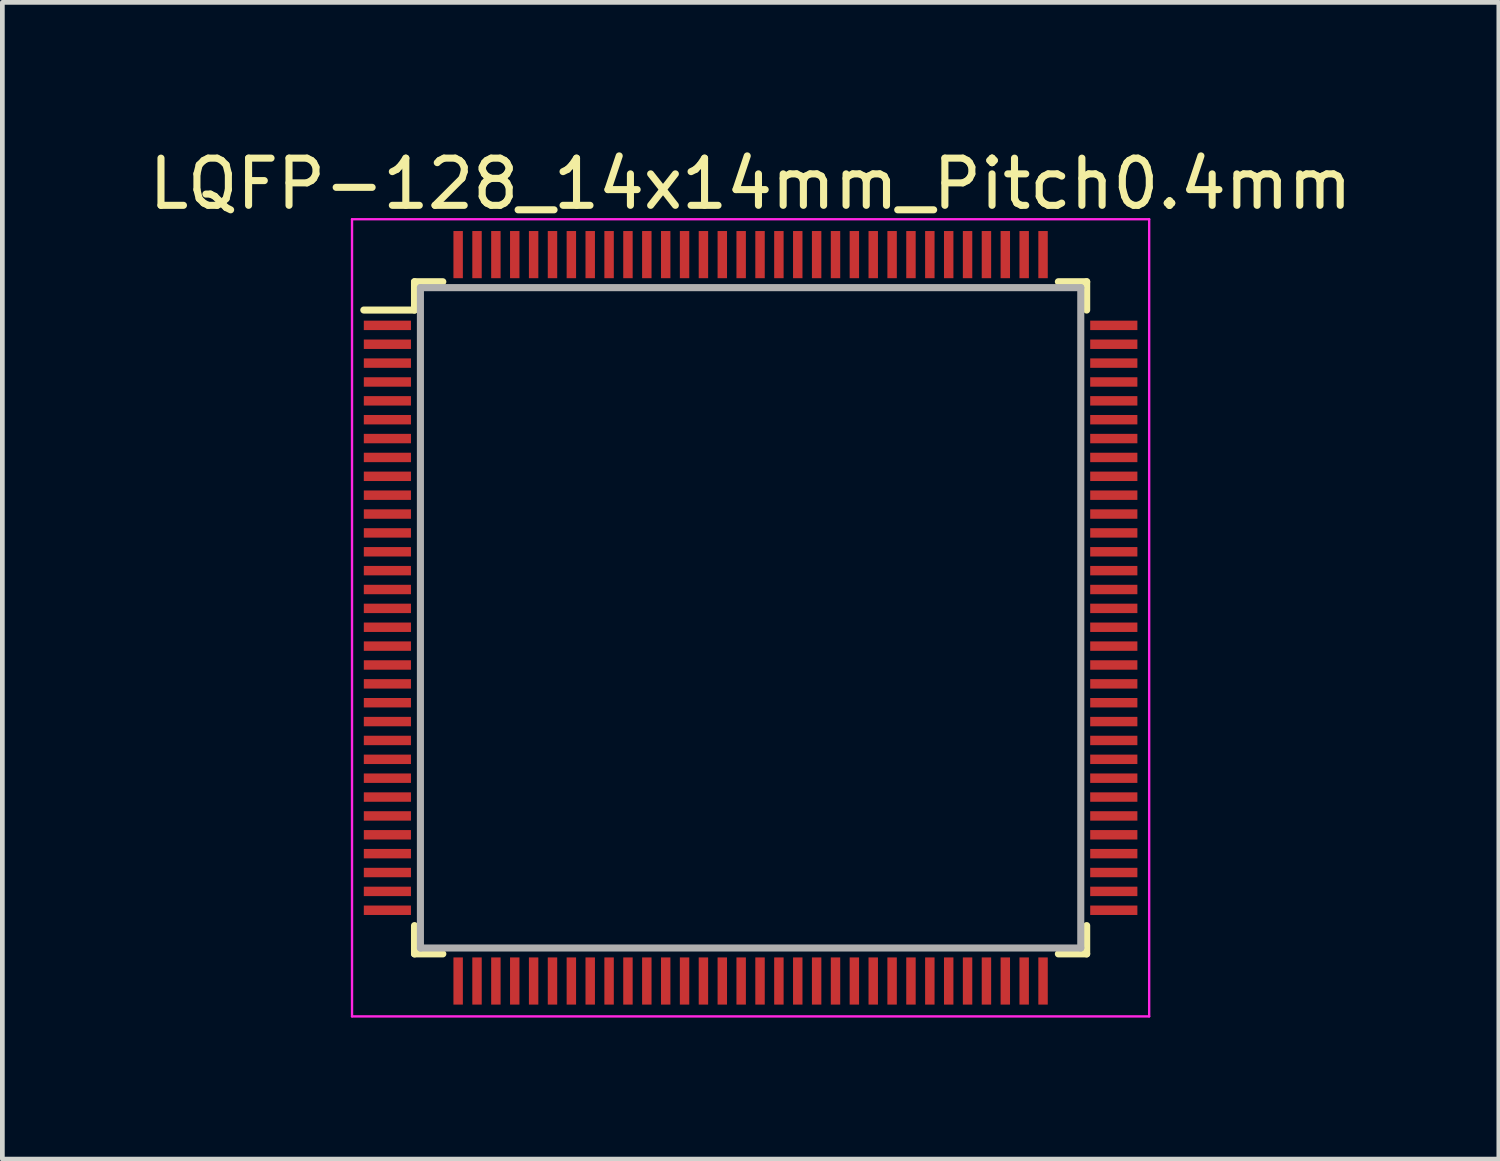
<source format=kicad_pcb>
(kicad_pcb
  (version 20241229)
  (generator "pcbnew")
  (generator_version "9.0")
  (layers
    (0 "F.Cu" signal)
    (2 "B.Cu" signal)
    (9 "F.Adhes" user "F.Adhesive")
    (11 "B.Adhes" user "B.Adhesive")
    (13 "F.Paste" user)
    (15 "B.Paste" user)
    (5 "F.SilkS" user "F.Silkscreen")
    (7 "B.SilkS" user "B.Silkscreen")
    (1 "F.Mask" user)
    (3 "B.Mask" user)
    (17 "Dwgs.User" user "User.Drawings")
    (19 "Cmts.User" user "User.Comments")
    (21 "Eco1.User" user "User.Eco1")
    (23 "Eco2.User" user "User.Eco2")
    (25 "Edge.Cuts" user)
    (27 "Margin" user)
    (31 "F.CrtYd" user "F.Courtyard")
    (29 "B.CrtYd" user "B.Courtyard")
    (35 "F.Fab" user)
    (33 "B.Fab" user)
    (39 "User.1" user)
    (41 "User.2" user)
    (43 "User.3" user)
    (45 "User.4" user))
  (footprint "LQFP-128_14x14mm_Pitch0.4mm"
    (layer "F.Cu")
    (at 12.863 10.048)
    (property "Reference" "LQFP-128_14x14mm_Pitch0.4mm" (at 0 -9.2 0) (layer "F.SilkS") (effects (font (size 1 1) (thickness 0.15))))
    (attr smd)
    (fp_line (start -7.125 -7.125) (end -7.125 -6.525) (stroke (width 0.15) (type solid)) (layer "F.SilkS"))
    (fp_line (start -7.125 -7.125) (end -6.525 -7.125) (stroke (width 0.15) (type solid)) (layer "F.SilkS"))
    (fp_line (start -7.125 -6.525) (end -8.2 -6.525) (stroke (width 0.15) (type solid)) (layer "F.SilkS"))
    (fp_line (start -7.125 7.125) (end -7.125 6.525) (stroke (width 0.15) (type solid)) (layer "F.SilkS"))
    (fp_line (start -7.125 7.125) (end -6.525 7.125) (stroke (width 0.15) (type solid)) (layer "F.SilkS"))
    (fp_line (start 7.125 -7.125) (end 6.525 -7.125) (stroke (width 0.15) (type solid)) (layer "F.SilkS"))
    (fp_line (start 7.125 -7.125) (end 7.125 -6.525) (stroke (width 0.15) (type solid)) (layer "F.SilkS"))
    (fp_line (start 7.125 7.125) (end 6.525 7.125) (stroke (width 0.15) (type solid)) (layer "F.SilkS"))
    (fp_line (start 7.125 7.125) (end 7.125 6.525) (stroke (width 0.15) (type solid)) (layer "F.SilkS"))
    (fp_line (start -8.45 -8.45) (end -8.45 8.45) (stroke (width 0.05) (type solid)) (layer "F.CrtYd"))
    (fp_line (start -8.45 -8.45) (end 8.45 -8.45) (stroke (width 0.05) (type solid)) (layer "F.CrtYd"))
    (fp_line (start -8.45 8.45) (end 8.45 8.45) (stroke (width 0.05) (type solid)) (layer "F.CrtYd"))
    (fp_line (start 8.45 -8.45) (end 8.45 8.45) (stroke (width 0.05) (type solid)) (layer "F.CrtYd"))
    (fp_line (start -7 -7) (end -7 7) (stroke (width 0.15) (type solid)) (layer "F.Fab"))
    (fp_line (start -7 7) (end 7 7) (stroke (width 0.15) (type solid)) (layer "F.Fab"))
    (fp_line (start 7 -7) (end -7 -7) (stroke (width 0.15) (type solid)) (layer "F.Fab"))
    (fp_line (start 7 7) (end 7 -7) (stroke (width 0.15) (type solid)) (layer "F.Fab"))
    (pad "1" smd rect (at -7.7 -6.2) (size 1 0.2) (layers "F.Cu" "F.Mask" "F.Paste"))
    (pad "2" smd rect (at -7.7 -5.8) (size 1 0.2) (layers "F.Cu" "F.Mask" "F.Paste"))
    (pad "3" smd rect (at -7.7 -5.4) (size 1 0.2) (layers "F.Cu" "F.Mask" "F.Paste"))
    (pad "4" smd rect (at -7.7 -5) (size 1 0.2) (layers "F.Cu" "F.Mask" "F.Paste"))
    (pad "5" smd rect (at -7.7 -4.6) (size 1 0.2) (layers "F.Cu" "F.Mask" "F.Paste"))
    (pad "6" smd rect (at -7.7 -4.2) (size 1 0.2) (layers "F.Cu" "F.Mask" "F.Paste"))
    (pad "7" smd rect (at -7.7 -3.8) (size 1 0.2) (layers "F.Cu" "F.Mask" "F.Paste"))
    (pad "8" smd rect (at -7.7 -3.4) (size 1 0.2) (layers "F.Cu" "F.Mask" "F.Paste"))
    (pad "9" smd rect (at -7.7 -3) (size 1 0.2) (layers "F.Cu" "F.Mask" "F.Paste"))
    (pad "10" smd rect (at -7.7 -2.6) (size 1 0.2) (layers "F.Cu" "F.Mask" "F.Paste"))
    (pad "11" smd rect (at -7.7 -2.2) (size 1 0.2) (layers "F.Cu" "F.Mask" "F.Paste"))
    (pad "12" smd rect (at -7.7 -1.8) (size 1 0.2) (layers "F.Cu" "F.Mask" "F.Paste"))
    (pad "13" smd rect (at -7.7 -1.4) (size 1 0.2) (layers "F.Cu" "F.Mask" "F.Paste"))
    (pad "14" smd rect (at -7.7 -1) (size 1 0.2) (layers "F.Cu" "F.Mask" "F.Paste"))
    (pad "15" smd rect (at -7.7 -0.6) (size 1 0.2) (layers "F.Cu" "F.Mask" "F.Paste"))
    (pad "16" smd rect (at -7.7 -0.2) (size 1 0.2) (layers "F.Cu" "F.Mask" "F.Paste"))
    (pad "17" smd rect (at -7.7 0.2) (size 1 0.2) (layers "F.Cu" "F.Mask" "F.Paste"))
    (pad "18" smd rect (at -7.7 0.6) (size 1 0.2) (layers "F.Cu" "F.Mask" "F.Paste"))
    (pad "19" smd rect (at -7.7 1) (size 1 0.2) (layers "F.Cu" "F.Mask" "F.Paste"))
    (pad "20" smd rect (at -7.7 1.4) (size 1 0.2) (layers "F.Cu" "F.Mask" "F.Paste"))
    (pad "21" smd rect (at -7.7 1.8) (size 1 0.2) (layers "F.Cu" "F.Mask" "F.Paste"))
    (pad "22" smd rect (at -7.7 2.2) (size 1 0.2) (layers "F.Cu" "F.Mask" "F.Paste"))
    (pad "23" smd rect (at -7.7 2.6) (size 1 0.2) (layers "F.Cu" "F.Mask" "F.Paste"))
    (pad "24" smd rect (at -7.7 3) (size 1 0.2) (layers "F.Cu" "F.Mask" "F.Paste"))
    (pad "25" smd rect (at -7.7 3.4) (size 1 0.2) (layers "F.Cu" "F.Mask" "F.Paste"))
    (pad "26" smd rect (at -7.7 3.8) (size 1 0.2) (layers "F.Cu" "F.Mask" "F.Paste"))
    (pad "27" smd rect (at -7.7 4.2) (size 1 0.2) (layers "F.Cu" "F.Mask" "F.Paste"))
    (pad "28" smd rect (at -7.7 4.6) (size 1 0.2) (layers "F.Cu" "F.Mask" "F.Paste"))
    (pad "29" smd rect (at -7.7 5) (size 1 0.2) (layers "F.Cu" "F.Mask" "F.Paste"))
    (pad "30" smd rect (at -7.7 5.4) (size 1 0.2) (layers "F.Cu" "F.Mask" "F.Paste"))
    (pad "31" smd rect (at -7.7 5.8) (size 1 0.2) (layers "F.Cu" "F.Mask" "F.Paste"))
    (pad "32" smd rect (at -7.7 6.2) (size 1 0.2) (layers "F.Cu" "F.Mask" "F.Paste"))
    (pad "33" smd rect (at -6.2 7.7 90) (size 1 0.2) (layers "F.Cu" "F.Mask" "F.Paste"))
    (pad "34" smd rect (at -5.8 7.7 90) (size 1 0.2) (layers "F.Cu" "F.Mask" "F.Paste"))
    (pad "35" smd rect (at -5.4 7.7 90) (size 1 0.2) (layers "F.Cu" "F.Mask" "F.Paste"))
    (pad "36" smd rect (at -5 7.7 90) (size 1 0.2) (layers "F.Cu" "F.Mask" "F.Paste"))
    (pad "37" smd rect (at -4.6 7.7 90) (size 1 0.2) (layers "F.Cu" "F.Mask" "F.Paste"))
    (pad "38" smd rect (at -4.2 7.7 90) (size 1 0.2) (layers "F.Cu" "F.Mask" "F.Paste"))
    (pad "39" smd rect (at -3.8 7.7 90) (size 1 0.2) (layers "F.Cu" "F.Mask" "F.Paste"))
    (pad "40" smd rect (at -3.4 7.7 90) (size 1 0.2) (layers "F.Cu" "F.Mask" "F.Paste"))
    (pad "41" smd rect (at -3 7.7 90) (size 1 0.2) (layers "F.Cu" "F.Mask" "F.Paste"))
    (pad "42" smd rect (at -2.6 7.7 90) (size 1 0.2) (layers "F.Cu" "F.Mask" "F.Paste"))
    (pad "43" smd rect (at -2.2 7.7 90) (size 1 0.2) (layers "F.Cu" "F.Mask" "F.Paste"))
    (pad "44" smd rect (at -1.8 7.7 90) (size 1 0.2) (layers "F.Cu" "F.Mask" "F.Paste"))
    (pad "45" smd rect (at -1.4 7.7 90) (size 1 0.2) (layers "F.Cu" "F.Mask" "F.Paste"))
    (pad "46" smd rect (at -1 7.7 90) (size 1 0.2) (layers "F.Cu" "F.Mask" "F.Paste"))
    (pad "47" smd rect (at -0.6 7.7 90) (size 1 0.2) (layers "F.Cu" "F.Mask" "F.Paste"))
    (pad "48" smd rect (at -0.2 7.7 90) (size 1 0.2) (layers "F.Cu" "F.Mask" "F.Paste"))
    (pad "49" smd rect (at 0.2 7.7 90) (size 1 0.2) (layers "F.Cu" "F.Mask" "F.Paste"))
    (pad "50" smd rect (at 0.6 7.7 90) (size 1 0.2) (layers "F.Cu" "F.Mask" "F.Paste"))
    (pad "51" smd rect (at 1 7.7 90) (size 1 0.2) (layers "F.Cu" "F.Mask" "F.Paste"))
    (pad "52" smd rect (at 1.4 7.7 90) (size 1 0.2) (layers "F.Cu" "F.Mask" "F.Paste"))
    (pad "53" smd rect (at 1.8 7.7 90) (size 1 0.2) (layers "F.Cu" "F.Mask" "F.Paste"))
    (pad "54" smd rect (at 2.2 7.7 90) (size 1 0.2) (layers "F.Cu" "F.Mask" "F.Paste"))
    (pad "55" smd rect (at 2.6 7.7 90) (size 1 0.2) (layers "F.Cu" "F.Mask" "F.Paste"))
    (pad "56" smd rect (at 3 7.7 90) (size 1 0.2) (layers "F.Cu" "F.Mask" "F.Paste"))
    (pad "57" smd rect (at 3.4 7.7 90) (size 1 0.2) (layers "F.Cu" "F.Mask" "F.Paste"))
    (pad "58" smd rect (at 3.8 7.7 90) (size 1 0.2) (layers "F.Cu" "F.Mask" "F.Paste"))
    (pad "59" smd rect (at 4.2 7.7 90) (size 1 0.2) (layers "F.Cu" "F.Mask" "F.Paste"))
    (pad "60" smd rect (at 4.6 7.7 90) (size 1 0.2) (layers "F.Cu" "F.Mask" "F.Paste"))
    (pad "61" smd rect (at 5 7.7 90) (size 1 0.2) (layers "F.Cu" "F.Mask" "F.Paste"))
    (pad "62" smd rect (at 5.4 7.7 90) (size 1 0.2) (layers "F.Cu" "F.Mask" "F.Paste"))
    (pad "63" smd rect (at 5.8 7.7 90) (size 1 0.2) (layers "F.Cu" "F.Mask" "F.Paste"))
    (pad "64" smd rect (at 6.2 7.7 90) (size 1 0.2) (layers "F.Cu" "F.Mask" "F.Paste"))
    (pad "65" smd rect (at 7.7 6.2) (size 1 0.2) (layers "F.Cu" "F.Mask" "F.Paste"))
    (pad "66" smd rect (at 7.7 5.8) (size 1 0.2) (layers "F.Cu" "F.Mask" "F.Paste"))
    (pad "67" smd rect (at 7.7 5.4) (size 1 0.2) (layers "F.Cu" "F.Mask" "F.Paste"))
    (pad "68" smd rect (at 7.7 5) (size 1 0.2) (layers "F.Cu" "F.Mask" "F.Paste"))
    (pad "69" smd rect (at 7.7 4.6) (size 1 0.2) (layers "F.Cu" "F.Mask" "F.Paste"))
    (pad "70" smd rect (at 7.7 4.2) (size 1 0.2) (layers "F.Cu" "F.Mask" "F.Paste"))
    (pad "71" smd rect (at 7.7 3.8) (size 1 0.2) (layers "F.Cu" "F.Mask" "F.Paste"))
    (pad "72" smd rect (at 7.7 3.4) (size 1 0.2) (layers "F.Cu" "F.Mask" "F.Paste"))
    (pad "73" smd rect (at 7.7 3) (size 1 0.2) (layers "F.Cu" "F.Mask" "F.Paste"))
    (pad "74" smd rect (at 7.7 2.6) (size 1 0.2) (layers "F.Cu" "F.Mask" "F.Paste"))
    (pad "75" smd rect (at 7.7 2.2) (size 1 0.2) (layers "F.Cu" "F.Mask" "F.Paste"))
    (pad "76" smd rect (at 7.7 1.8) (size 1 0.2) (layers "F.Cu" "F.Mask" "F.Paste"))
    (pad "77" smd rect (at 7.7 1.4) (size 1 0.2) (layers "F.Cu" "F.Mask" "F.Paste"))
    (pad "78" smd rect (at 7.7 1) (size 1 0.2) (layers "F.Cu" "F.Mask" "F.Paste"))
    (pad "79" smd rect (at 7.7 0.6) (size 1 0.2) (layers "F.Cu" "F.Mask" "F.Paste"))
    (pad "80" smd rect (at 7.7 0.2) (size 1 0.2) (layers "F.Cu" "F.Mask" "F.Paste"))
    (pad "81" smd rect (at 7.7 -0.2) (size 1 0.2) (layers "F.Cu" "F.Mask" "F.Paste"))
    (pad "82" smd rect (at 7.7 -0.6) (size 1 0.2) (layers "F.Cu" "F.Mask" "F.Paste"))
    (pad "83" smd rect (at 7.7 -1) (size 1 0.2) (layers "F.Cu" "F.Mask" "F.Paste"))
    (pad "84" smd rect (at 7.7 -1.4) (size 1 0.2) (layers "F.Cu" "F.Mask" "F.Paste"))
    (pad "85" smd rect (at 7.7 -1.8) (size 1 0.2) (layers "F.Cu" "F.Mask" "F.Paste"))
    (pad "86" smd rect (at 7.7 -2.2) (size 1 0.2) (layers "F.Cu" "F.Mask" "F.Paste"))
    (pad "87" smd rect (at 7.7 -2.6) (size 1 0.2) (layers "F.Cu" "F.Mask" "F.Paste"))
    (pad "88" smd rect (at 7.7 -3) (size 1 0.2) (layers "F.Cu" "F.Mask" "F.Paste"))
    (pad "89" smd rect (at 7.7 -3.4) (size 1 0.2) (layers "F.Cu" "F.Mask" "F.Paste"))
    (pad "90" smd rect (at 7.7 -3.8) (size 1 0.2) (layers "F.Cu" "F.Mask" "F.Paste"))
    (pad "91" smd rect (at 7.7 -4.2) (size 1 0.2) (layers "F.Cu" "F.Mask" "F.Paste"))
    (pad "92" smd rect (at 7.7 -4.6) (size 1 0.2) (layers "F.Cu" "F.Mask" "F.Paste"))
    (pad "93" smd rect (at 7.7 -5) (size 1 0.2) (layers "F.Cu" "F.Mask" "F.Paste"))
    (pad "94" smd rect (at 7.7 -5.4) (size 1 0.2) (layers "F.Cu" "F.Mask" "F.Paste"))
    (pad "95" smd rect (at 7.7 -5.8) (size 1 0.2) (layers "F.Cu" "F.Mask" "F.Paste"))
    (pad "96" smd rect (at 7.7 -6.2) (size 1 0.2) (layers "F.Cu" "F.Mask" "F.Paste"))
    (pad "97" smd rect (at 6.2 -7.7 90) (size 1 0.2) (layers "F.Cu" "F.Mask" "F.Paste"))
    (pad "98" smd rect (at 5.8 -7.7 90) (size 1 0.2) (layers "F.Cu" "F.Mask" "F.Paste"))
    (pad "99" smd rect (at 5.4 -7.7 90) (size 1 0.2) (layers "F.Cu" "F.Mask" "F.Paste"))
    (pad "100" smd rect (at 5 -7.7 90) (size 1 0.2) (layers "F.Cu" "F.Mask" "F.Paste"))
    (pad "101" smd rect (at 4.6 -7.7 90) (size 1 0.2) (layers "F.Cu" "F.Mask" "F.Paste"))
    (pad "102" smd rect (at 4.2 -7.7 90) (size 1 0.2) (layers "F.Cu" "F.Mask" "F.Paste"))
    (pad "103" smd rect (at 3.8 -7.7 90) (size 1 0.2) (layers "F.Cu" "F.Mask" "F.Paste"))
    (pad "104" smd rect (at 3.4 -7.7 90) (size 1 0.2) (layers "F.Cu" "F.Mask" "F.Paste"))
    (pad "105" smd rect (at 3 -7.7 90) (size 1 0.2) (layers "F.Cu" "F.Mask" "F.Paste"))
    (pad "106" smd rect (at 2.6 -7.7 90) (size 1 0.2) (layers "F.Cu" "F.Mask" "F.Paste"))
    (pad "107" smd rect (at 2.2 -7.7 90) (size 1 0.2) (layers "F.Cu" "F.Mask" "F.Paste"))
    (pad "108" smd rect (at 1.8 -7.7 90) (size 1 0.2) (layers "F.Cu" "F.Mask" "F.Paste"))
    (pad "109" smd rect (at 1.4 -7.7 90) (size 1 0.2) (layers "F.Cu" "F.Mask" "F.Paste"))
    (pad "110" smd rect (at 1 -7.7 90) (size 1 0.2) (layers "F.Cu" "F.Mask" "F.Paste"))
    (pad "111" smd rect (at 0.6 -7.7 90) (size 1 0.2) (layers "F.Cu" "F.Mask" "F.Paste"))
    (pad "112" smd rect (at 0.2 -7.7 90) (size 1 0.2) (layers "F.Cu" "F.Mask" "F.Paste"))
    (pad "113" smd rect (at -0.2 -7.7 90) (size 1 0.2) (layers "F.Cu" "F.Mask" "F.Paste"))
    (pad "114" smd rect (at -0.6 -7.7 90) (size 1 0.2) (layers "F.Cu" "F.Mask" "F.Paste"))
    (pad "115" smd rect (at -1 -7.7 90) (size 1 0.2) (layers "F.Cu" "F.Mask" "F.Paste"))
    (pad "116" smd rect (at -1.4 -7.7 90) (size 1 0.2) (layers "F.Cu" "F.Mask" "F.Paste"))
    (pad "117" smd rect (at -1.8 -7.7 90) (size 1 0.2) (layers "F.Cu" "F.Mask" "F.Paste"))
    (pad "118" smd rect (at -2.2 -7.7 90) (size 1 0.2) (layers "F.Cu" "F.Mask" "F.Paste"))
    (pad "119" smd rect (at -2.6 -7.7 90) (size 1 0.2) (layers "F.Cu" "F.Mask" "F.Paste"))
    (pad "120" smd rect (at -3 -7.7 90) (size 1 0.2) (layers "F.Cu" "F.Mask" "F.Paste"))
    (pad "121" smd rect (at -3.4 -7.7 90) (size 1 0.2) (layers "F.Cu" "F.Mask" "F.Paste"))
    (pad "122" smd rect (at -3.8 -7.7 90) (size 1 0.2) (layers "F.Cu" "F.Mask" "F.Paste"))
    (pad "123" smd rect (at -4.2 -7.7 90) (size 1 0.2) (layers "F.Cu" "F.Mask" "F.Paste"))
    (pad "124" smd rect (at -4.6 -7.7 90) (size 1 0.2) (layers "F.Cu" "F.Mask" "F.Paste"))
    (pad "125" smd rect (at -5 -7.7 90) (size 1 0.2) (layers "F.Cu" "F.Mask" "F.Paste"))
    (pad "126" smd rect (at -5.4 -7.7 90) (size 1 0.2) (layers "F.Cu" "F.Mask" "F.Paste"))
    (pad "127" smd rect (at -5.8 -7.7 90) (size 1 0.2) (layers "F.Cu" "F.Mask" "F.Paste"))
    (pad "128" smd rect (at -6.2 -7.7 90) (size 1 0.2) (layers "F.Cu" "F.Mask" "F.Paste")))
  (gr_rect
    (start -3 -3)
    (end 28.726 21.523)
    (stroke (width 0.1) (type default))
    (fill no)
    (layer "Edge.Cuts")))
</source>
